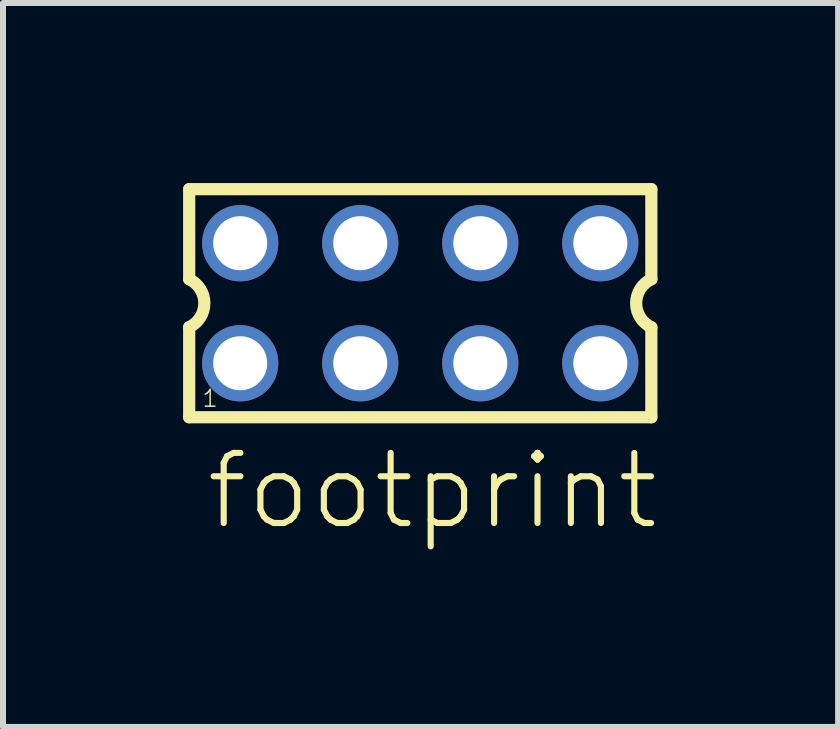
<source format=kicad_pcb>
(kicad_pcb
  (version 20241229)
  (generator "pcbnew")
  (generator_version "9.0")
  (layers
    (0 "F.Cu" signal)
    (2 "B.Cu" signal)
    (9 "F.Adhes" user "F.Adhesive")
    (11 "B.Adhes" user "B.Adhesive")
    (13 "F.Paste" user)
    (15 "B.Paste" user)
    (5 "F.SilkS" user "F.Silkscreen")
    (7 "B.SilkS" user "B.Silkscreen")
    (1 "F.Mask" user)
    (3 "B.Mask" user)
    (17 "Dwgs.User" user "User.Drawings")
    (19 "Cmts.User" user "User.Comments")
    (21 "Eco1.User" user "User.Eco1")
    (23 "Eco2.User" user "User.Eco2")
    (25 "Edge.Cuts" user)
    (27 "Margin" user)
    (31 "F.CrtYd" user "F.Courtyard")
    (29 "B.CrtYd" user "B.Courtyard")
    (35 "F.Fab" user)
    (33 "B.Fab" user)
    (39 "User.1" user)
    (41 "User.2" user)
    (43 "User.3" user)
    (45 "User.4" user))
  (footprint "footprint"
    (layer "F.Cu")
    (at 3.952 2.002)
    (property "Reference" "footprint" (at -3.62 3.81 0) (layer "F.SilkS") (effects (font (size 1.168 1.168) (thickness 0.102)) (justify left bottom)))
    (fp_line (start -3.85 -1.9) (end -3.85 -0.4) (stroke (width 0.203) (type solid)) (layer "F.SilkS"))
    (fp_line (start -3.85 0.4) (end -3.85 1.9) (stroke (width 0.203) (type solid)) (layer "F.SilkS"))
    (fp_line (start -3.85 1.9) (end 3.85 1.9) (stroke (width 0.203) (type solid)) (layer "F.SilkS"))
    (fp_line (start 3.85 -1.9) (end -3.85 -1.9) (stroke (width 0.203) (type solid)) (layer "F.SilkS"))
    (fp_line (start 3.85 -0.4) (end 3.85 -1.9) (stroke (width 0.203) (type solid)) (layer "F.SilkS"))
    (fp_line (start 3.85 1.9) (end 3.85 0.4) (stroke (width 0.203) (type solid)) (layer "F.SilkS"))
    (fp_arc (start -3.85 -0.4) (mid -3.597168 -0.000001) (end -3.849998 0.399999) (stroke (width 0.2032) (type solid)) (layer "F.SilkS"))
    (fp_arc (start 3.85 0.4) (mid 3.597168 0.000001) (end 3.849998 -0.399999) (stroke (width 0.2032) (type solid)) (layer "F.SilkS"))
    (fp_poly (pts (xy -3.25 -0.75) (xy -2.75 -0.75) (xy -2.75 -1.25) (xy -3.25 -1.25)) (stroke (width 0.1) (type solid)) (fill no) (layer "F.Fab"))
    (fp_poly (pts (xy -3.25 1.25) (xy -2.75 1.25) (xy -2.75 0.75) (xy -3.25 0.75)) (stroke (width 0.1) (type solid)) (fill no) (layer "F.Fab"))
    (fp_poly (pts (xy -1.25 -0.75) (xy -0.75 -0.75) (xy -0.75 -1.25) (xy -1.25 -1.25)) (stroke (width 0.1) (type solid)) (fill no) (layer "F.Fab"))
    (fp_poly (pts (xy -1.25 1.25) (xy -0.75 1.25) (xy -0.75 0.75) (xy -1.25 0.75)) (stroke (width 0.1) (type solid)) (fill no) (layer "F.Fab"))
    (fp_poly (pts (xy 0.75 -0.75) (xy 1.25 -0.75) (xy 1.25 -1.25) (xy 0.75 -1.25)) (stroke (width 0.1) (type solid)) (fill no) (layer "F.Fab"))
    (fp_poly (pts (xy 0.75 1.25) (xy 1.25 1.25) (xy 1.25 0.75) (xy 0.75 0.75)) (stroke (width 0.1) (type solid)) (fill no) (layer "F.Fab"))
    (fp_poly (pts (xy 2.75 -0.75) (xy 3.25 -0.75) (xy 3.25 -1.25) (xy 2.75 -1.25)) (stroke (width 0.1) (type solid)) (fill no) (layer "F.Fab"))
    (fp_poly (pts (xy 2.75 1.25) (xy 3.25 1.25) (xy 3.25 0.75) (xy 2.75 0.75)) (stroke (width 0.1) (type solid)) (fill no) (layer "F.Fab"))
    (fp_text user "1" (at -3.65 1.75 0) (layer "F.SilkS") (effects (font (size 0.28 0.28) (thickness 0.024)) (justify left bottom)))
    (pad "1" thru_hole circle (at -3 1) (size 1.27 1.27) (drill 0.9) (layers "*.Cu" "*.Mask"))
    (pad "2" thru_hole circle (at -3 -1) (size 1.27 1.27) (drill 0.9) (layers "*.Cu" "*.Mask"))
    (pad "3" thru_hole circle (at -1 1) (size 1.27 1.27) (drill 0.9) (layers "*.Cu" "*.Mask"))
    (pad "4" thru_hole circle (at -1 -1) (size 1.27 1.27) (drill 0.9) (layers "*.Cu" "*.Mask"))
    (pad "5" thru_hole circle (at 1 1) (size 1.27 1.27) (drill 0.9) (layers "*.Cu" "*.Mask"))
    (pad "6" thru_hole circle (at 1 -1) (size 1.27 1.27) (drill 0.9) (layers "*.Cu" "*.Mask"))
    (pad "7" thru_hole circle (at 3 1) (size 1.27 1.27) (drill 0.9) (layers "*.Cu" "*.Mask"))
    (pad "8" thru_hole circle (at 3 -1) (size 1.27 1.27) (drill 0.9) (layers "*.Cu" "*.Mask")))
  (gr_rect
    (start -3 -3)
    (end 10.914 9.062)
    (stroke (width 0.1) (type default))
    (fill no)
    (layer "Edge.Cuts")))
</source>
